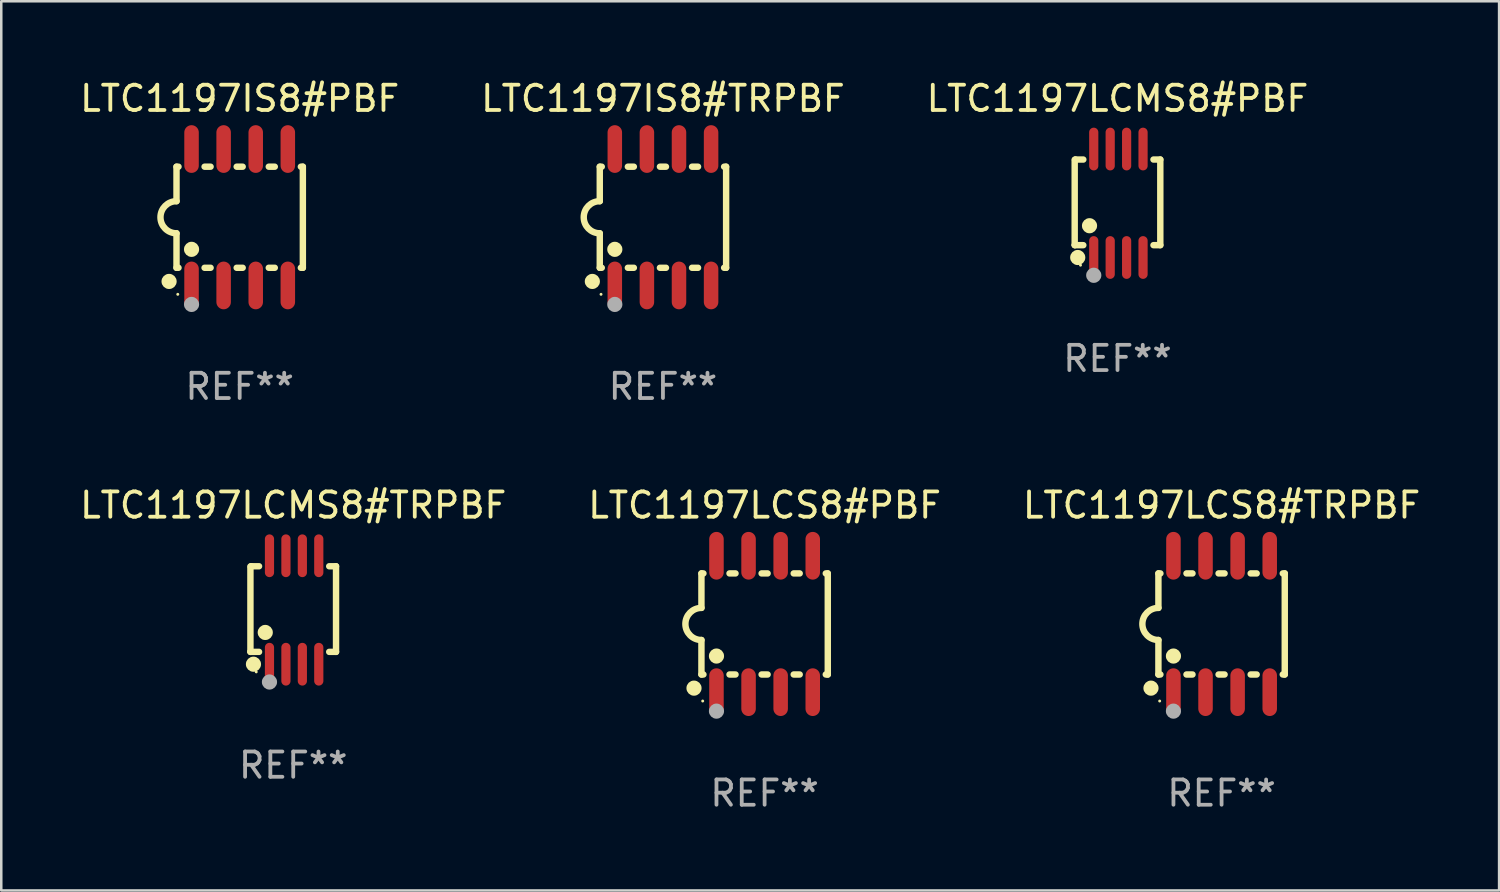
<source format=kicad_pcb>
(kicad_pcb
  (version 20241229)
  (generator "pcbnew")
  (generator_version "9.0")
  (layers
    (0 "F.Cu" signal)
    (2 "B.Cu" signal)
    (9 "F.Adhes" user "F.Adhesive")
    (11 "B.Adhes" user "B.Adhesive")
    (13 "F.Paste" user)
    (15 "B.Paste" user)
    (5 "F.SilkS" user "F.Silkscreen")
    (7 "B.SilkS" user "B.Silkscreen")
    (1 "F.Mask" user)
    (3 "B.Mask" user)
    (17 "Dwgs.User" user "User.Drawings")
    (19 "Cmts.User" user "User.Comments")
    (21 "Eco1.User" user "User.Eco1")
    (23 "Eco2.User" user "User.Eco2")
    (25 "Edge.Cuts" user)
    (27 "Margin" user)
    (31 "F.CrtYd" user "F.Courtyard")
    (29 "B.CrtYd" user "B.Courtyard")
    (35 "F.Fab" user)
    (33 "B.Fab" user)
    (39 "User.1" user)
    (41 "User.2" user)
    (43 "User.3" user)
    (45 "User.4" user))
  (footprint "LTC1197LCMS8#PBF"
    (layer "F.Cu")
    (at 41.173 4.994)
    (property "Reference" "LTC1197LCMS8#PBF" (at 0 -4.146 0) (layer "F.SilkS") (effects (font (size 1 1) (thickness 0.15))))
    (attr through_hole)
    (fp_line (start -1.694 -1.724) (end -1.694 1.652) (stroke (width 0.254) (type solid)) (layer "F.SilkS"))
    (fp_line (start -1.694 1.652) (end -1.688 1.658) (stroke (width 0.254) (type solid)) (layer "F.SilkS"))
    (fp_line (start -1.688 1.658) (end -1.353 1.658) (stroke (width 0.254) (type solid)) (layer "F.SilkS"))
    (fp_line (start -1.661 -1.73) (end -1.681 -1.71) (stroke (width 0.254) (type solid)) (layer "F.SilkS"))
    (fp_line (start -1.353 -1.73) (end -1.661 -1.73) (stroke (width 0.254) (type solid)) (layer "F.SilkS"))
    (fp_line (start 1.424 1.658) (end 1.694 1.658) (stroke (width 0.254) (type solid)) (layer "F.SilkS"))
    (fp_line (start 1.694 -1.73) (end 1.424 -1.73) (stroke (width 0.254) (type solid)) (layer "F.SilkS"))
    (fp_line (start 1.694 1.658) (end 1.694 -1.73) (stroke (width 0.254) (type solid)) (layer "F.SilkS"))
    (fp_circle (center -1.574 2.146) (end -1.424 2.146) (stroke (width 0.3) (type solid)) (fill no) (layer "F.SilkS"))
    (fp_circle (center -1.464 2.45) (end -1.434 2.45) (stroke (width 0.06) (type solid)) (fill no) (layer "F.SilkS"))
    (fp_circle (center -1.107 0.889) (end -0.957 0.889) (stroke (width 0.3) (type solid)) (fill no) (layer "F.SilkS"))
    (fp_circle (center -0.94 2.85) (end -0.789 2.85) (stroke (width 0.3) (type solid)) (fill no) (layer "F.Fab"))
    (fp_text user "REF**" (at 0 6.146 0) (layer "F.Fab") (effects (font (size 1 1) (thickness 0.15))))
    (pad "1" smd oval (at -0.94 2.146) (size 0.364 1.692) (layers "F.Cu" "F.Mask" "F.Paste"))
    (pad "2" smd oval (at -0.289 2.146) (size 0.364 1.692) (layers "F.Cu" "F.Mask" "F.Paste"))
    (pad "3" smd oval (at 0.361 2.146) (size 0.364 1.692) (layers "F.Cu" "F.Mask" "F.Paste"))
    (pad "4" smd oval (at 1.011 2.146) (size 0.364 1.692) (layers "F.Cu" "F.Mask" "F.Paste"))
    (pad "5" smd oval (at 1.011 -2.146) (size 0.364 1.692) (layers "F.Cu" "F.Mask" "F.Paste"))
    (pad "6" smd oval (at 0.361 -2.146) (size 0.364 1.692) (layers "F.Cu" "F.Mask" "F.Paste"))
    (pad "7" smd oval (at -0.289 -2.146) (size 0.364 1.692) (layers "F.Cu" "F.Mask" "F.Paste"))
    (pad "8" smd oval (at -0.94 -2.146) (size 0.364 1.692) (layers "F.Cu" "F.Mask" "F.Paste")))
  (footprint "LTC1197LCMS8#TRPBF"
    (layer "F.Cu")
    (at 8.554 21.089)
    (property "Reference" "LTC1197LCMS8#TRPBF" (at 0 -4.146 0) (layer "F.SilkS") (effects (font (size 1 1) (thickness 0.15))))
    (attr through_hole)
    (fp_line (start -1.694 -1.724) (end -1.694 1.652) (stroke (width 0.254) (type solid)) (layer "F.SilkS"))
    (fp_line (start -1.694 1.652) (end -1.688 1.658) (stroke (width 0.254) (type solid)) (layer "F.SilkS"))
    (fp_line (start -1.688 1.658) (end -1.353 1.658) (stroke (width 0.254) (type solid)) (layer "F.SilkS"))
    (fp_line (start -1.661 -1.73) (end -1.681 -1.71) (stroke (width 0.254) (type solid)) (layer "F.SilkS"))
    (fp_line (start -1.353 -1.73) (end -1.661 -1.73) (stroke (width 0.254) (type solid)) (layer "F.SilkS"))
    (fp_line (start 1.424 1.658) (end 1.694 1.658) (stroke (width 0.254) (type solid)) (layer "F.SilkS"))
    (fp_line (start 1.694 -1.73) (end 1.424 -1.73) (stroke (width 0.254) (type solid)) (layer "F.SilkS"))
    (fp_line (start 1.694 1.658) (end 1.694 -1.73) (stroke (width 0.254) (type solid)) (layer "F.SilkS"))
    (fp_circle (center -1.574 2.146) (end -1.424 2.146) (stroke (width 0.3) (type solid)) (fill no) (layer "F.SilkS"))
    (fp_circle (center -1.464 2.45) (end -1.434 2.45) (stroke (width 0.06) (type solid)) (fill no) (layer "F.SilkS"))
    (fp_circle (center -1.107 0.889) (end -0.957 0.889) (stroke (width 0.3) (type solid)) (fill no) (layer "F.SilkS"))
    (fp_circle (center -0.94 2.85) (end -0.789 2.85) (stroke (width 0.3) (type solid)) (fill no) (layer "F.Fab"))
    (fp_text user "REF**" (at 0 6.146 0) (layer "F.Fab") (effects (font (size 1 1) (thickness 0.15))))
    (pad "1" smd oval (at -0.94 2.146) (size 0.364 1.692) (layers "F.Cu" "F.Mask" "F.Paste"))
    (pad "2" smd oval (at -0.289 2.146) (size 0.364 1.692) (layers "F.Cu" "F.Mask" "F.Paste"))
    (pad "3" smd oval (at 0.361 2.146) (size 0.364 1.692) (layers "F.Cu" "F.Mask" "F.Paste"))
    (pad "4" smd oval (at 1.011 2.146) (size 0.364 1.692) (layers "F.Cu" "F.Mask" "F.Paste"))
    (pad "5" smd oval (at 1.011 -2.146) (size 0.364 1.692) (layers "F.Cu" "F.Mask" "F.Paste"))
    (pad "6" smd oval (at 0.361 -2.146) (size 0.364 1.692) (layers "F.Cu" "F.Mask" "F.Paste"))
    (pad "7" smd oval (at -0.289 -2.146) (size 0.364 1.692) (layers "F.Cu" "F.Mask" "F.Paste"))
    (pad "8" smd oval (at -0.94 -2.146) (size 0.364 1.692) (layers "F.Cu" "F.Mask" "F.Paste")))
  (footprint "LTC1197IS8#TRPBF"
    (layer "F.Cu")
    (at 23.185 5.547)
    (property "Reference" "LTC1197IS8#TRPBF" (at 0 -4.699 0) (layer "F.SilkS") (effects (font (size 1 1) (thickness 0.15))))
    (attr through_hole)
    (fp_line (start -2.5 -2) (end -2.5 -0.635) (stroke (width 0.254) (type solid)) (layer "F.SilkS"))
    (fp_line (start -2.5 -2) (end -2.421 -2) (stroke (width 0.254) (type solid)) (layer "F.SilkS"))
    (fp_line (start -2.5 2) (end -2.5 0.635) (stroke (width 0.254) (type solid)) (layer "F.SilkS"))
    (fp_line (start -2.5 2) (end -2.421 2) (stroke (width 0.254) (type solid)) (layer "F.SilkS"))
    (fp_line (start -1.389 -2) (end -1.151 -2) (stroke (width 0.254) (type solid)) (layer "F.SilkS"))
    (fp_line (start -1.389 2) (end -1.151 2) (stroke (width 0.254) (type solid)) (layer "F.SilkS"))
    (fp_line (start -0.119 -2) (end 0.119 -2) (stroke (width 0.254) (type solid)) (layer "F.SilkS"))
    (fp_line (start -0.119 2) (end 0.119 2) (stroke (width 0.254) (type solid)) (layer "F.SilkS"))
    (fp_line (start 1.151 -2) (end 1.389 -2) (stroke (width 0.254) (type solid)) (layer "F.SilkS"))
    (fp_line (start 1.151 2) (end 1.389 2) (stroke (width 0.254) (type solid)) (layer "F.SilkS"))
    (fp_line (start 2.421 -2) (end 2.5 -2) (stroke (width 0.254) (type solid)) (layer "F.SilkS"))
    (fp_line (start 2.421 2) (end 2.5 2) (stroke (width 0.254) (type solid)) (layer "F.SilkS"))
    (fp_line (start 2.5 -2) (end 2.5 2) (stroke (width 0.254) (type solid)) (layer "F.SilkS"))
    (fp_arc (start -2.5 0.635001) (mid -3.134366 -0.000318) (end -2.499365 -0.635001) (stroke (width 0.254001) (type solid)) (layer "F.SilkS"))
    (fp_circle (center -2.794 2.54) (end -2.644 2.54) (stroke (width 0.3) (type solid)) (fill no) (layer "F.SilkS"))
    (fp_circle (center -2.45 3.05) (end -2.42 3.05) (stroke (width 0.06) (type solid)) (fill no) (layer "F.SilkS"))
    (fp_circle (center -1.905 1.27) (end -1.755 1.27) (stroke (width 0.3) (type solid)) (fill no) (layer "F.SilkS"))
    (fp_circle (center -1.905 3.45) (end -1.755 3.45) (stroke (width 0.3) (type solid)) (fill no) (layer "F.Fab"))
    (fp_text user "REF**" (at 0 6.699 0) (layer "F.Fab") (effects (font (size 1 1) (thickness 0.15))))
    (pad "1" smd oval (at -1.905 2.699) (size 0.574 1.888) (layers "F.Cu" "F.Mask" "F.Paste"))
    (pad "2" smd oval (at -0.635 2.699) (size 0.574 1.888) (layers "F.Cu" "F.Mask" "F.Paste"))
    (pad "3" smd oval (at 0.635 2.699) (size 0.574 1.888) (layers "F.Cu" "F.Mask" "F.Paste"))
    (pad "4" smd oval (at 1.905 2.699) (size 0.574 1.888) (layers "F.Cu" "F.Mask" "F.Paste"))
    (pad "5" smd oval (at 1.905 -2.699) (size 0.574 1.888) (layers "F.Cu" "F.Mask" "F.Paste"))
    (pad "6" smd oval (at 0.635 -2.699) (size 0.574 1.888) (layers "F.Cu" "F.Mask" "F.Paste"))
    (pad "7" smd oval (at -0.635 -2.699) (size 0.574 1.888) (layers "F.Cu" "F.Mask" "F.Paste"))
    (pad "8" smd oval (at -1.905 -2.699) (size 0.574 1.888) (layers "F.Cu" "F.Mask" "F.Paste")))
  (footprint "LTC1197LCS8#PBF"
    (layer "F.Cu")
    (at 27.208 21.642)
    (property "Reference" "LTC1197LCS8#PBF" (at 0 -4.699 0) (layer "F.SilkS") (effects (font (size 1 1) (thickness 0.15))))
    (attr through_hole)
    (fp_line (start -2.5 -2) (end -2.5 -0.635) (stroke (width 0.254) (type solid)) (layer "F.SilkS"))
    (fp_line (start -2.5 -2) (end -2.421 -2) (stroke (width 0.254) (type solid)) (layer "F.SilkS"))
    (fp_line (start -2.5 2) (end -2.5 0.635) (stroke (width 0.254) (type solid)) (layer "F.SilkS"))
    (fp_line (start -2.5 2) (end -2.421 2) (stroke (width 0.254) (type solid)) (layer "F.SilkS"))
    (fp_line (start -1.389 -2) (end -1.151 -2) (stroke (width 0.254) (type solid)) (layer "F.SilkS"))
    (fp_line (start -1.389 2) (end -1.151 2) (stroke (width 0.254) (type solid)) (layer "F.SilkS"))
    (fp_line (start -0.119 -2) (end 0.119 -2) (stroke (width 0.254) (type solid)) (layer "F.SilkS"))
    (fp_line (start -0.119 2) (end 0.119 2) (stroke (width 0.254) (type solid)) (layer "F.SilkS"))
    (fp_line (start 1.151 -2) (end 1.389 -2) (stroke (width 0.254) (type solid)) (layer "F.SilkS"))
    (fp_line (start 1.151 2) (end 1.389 2) (stroke (width 0.254) (type solid)) (layer "F.SilkS"))
    (fp_line (start 2.421 -2) (end 2.5 -2) (stroke (width 0.254) (type solid)) (layer "F.SilkS"))
    (fp_line (start 2.421 2) (end 2.5 2) (stroke (width 0.254) (type solid)) (layer "F.SilkS"))
    (fp_line (start 2.5 -2) (end 2.5 2) (stroke (width 0.254) (type solid)) (layer "F.SilkS"))
    (fp_arc (start -2.5 0.635001) (mid -3.134366 -0.000318) (end -2.499365 -0.635001) (stroke (width 0.254001) (type solid)) (layer "F.SilkS"))
    (fp_circle (center -2.794 2.54) (end -2.644 2.54) (stroke (width 0.3) (type solid)) (fill no) (layer "F.SilkS"))
    (fp_circle (center -2.45 3.05) (end -2.42 3.05) (stroke (width 0.06) (type solid)) (fill no) (layer "F.SilkS"))
    (fp_circle (center -1.905 1.27) (end -1.755 1.27) (stroke (width 0.3) (type solid)) (fill no) (layer "F.SilkS"))
    (fp_circle (center -1.905 3.45) (end -1.755 3.45) (stroke (width 0.3) (type solid)) (fill no) (layer "F.Fab"))
    (fp_text user "REF**" (at 0 6.699 0) (layer "F.Fab") (effects (font (size 1 1) (thickness 0.15))))
    (pad "1" smd oval (at -1.905 2.699) (size 0.574 1.888) (layers "F.Cu" "F.Mask" "F.Paste"))
    (pad "2" smd oval (at -0.635 2.699) (size 0.574 1.888) (layers "F.Cu" "F.Mask" "F.Paste"))
    (pad "3" smd oval (at 0.635 2.699) (size 0.574 1.888) (layers "F.Cu" "F.Mask" "F.Paste"))
    (pad "4" smd oval (at 1.905 2.699) (size 0.574 1.888) (layers "F.Cu" "F.Mask" "F.Paste"))
    (pad "5" smd oval (at 1.905 -2.699) (size 0.574 1.888) (layers "F.Cu" "F.Mask" "F.Paste"))
    (pad "6" smd oval (at 0.635 -2.699) (size 0.574 1.888) (layers "F.Cu" "F.Mask" "F.Paste"))
    (pad "7" smd oval (at -0.635 -2.699) (size 0.574 1.888) (layers "F.Cu" "F.Mask" "F.Paste"))
    (pad "8" smd oval (at -1.905 -2.699) (size 0.574 1.888) (layers "F.Cu" "F.Mask" "F.Paste")))
  (footprint "LTC1197IS8#PBF"
    (layer "F.Cu")
    (at 6.435 5.547)
    (property "Reference" "LTC1197IS8#PBF" (at 0 -4.699 0) (layer "F.SilkS") (effects (font (size 1 1) (thickness 0.15))))
    (attr through_hole)
    (fp_line (start -2.5 -2) (end -2.5 -0.635) (stroke (width 0.254) (type solid)) (layer "F.SilkS"))
    (fp_line (start -2.5 -2) (end -2.421 -2) (stroke (width 0.254) (type solid)) (layer "F.SilkS"))
    (fp_line (start -2.5 2) (end -2.5 0.635) (stroke (width 0.254) (type solid)) (layer "F.SilkS"))
    (fp_line (start -2.5 2) (end -2.421 2) (stroke (width 0.254) (type solid)) (layer "F.SilkS"))
    (fp_line (start -1.389 -2) (end -1.151 -2) (stroke (width 0.254) (type solid)) (layer "F.SilkS"))
    (fp_line (start -1.389 2) (end -1.151 2) (stroke (width 0.254) (type solid)) (layer "F.SilkS"))
    (fp_line (start -0.119 -2) (end 0.119 -2) (stroke (width 0.254) (type solid)) (layer "F.SilkS"))
    (fp_line (start -0.119 2) (end 0.119 2) (stroke (width 0.254) (type solid)) (layer "F.SilkS"))
    (fp_line (start 1.151 -2) (end 1.389 -2) (stroke (width 0.254) (type solid)) (layer "F.SilkS"))
    (fp_line (start 1.151 2) (end 1.389 2) (stroke (width 0.254) (type solid)) (layer "F.SilkS"))
    (fp_line (start 2.421 -2) (end 2.5 -2) (stroke (width 0.254) (type solid)) (layer "F.SilkS"))
    (fp_line (start 2.421 2) (end 2.5 2) (stroke (width 0.254) (type solid)) (layer "F.SilkS"))
    (fp_line (start 2.5 -2) (end 2.5 2) (stroke (width 0.254) (type solid)) (layer "F.SilkS"))
    (fp_arc (start -2.5 0.635001) (mid -3.134366 -0.000318) (end -2.499365 -0.635001) (stroke (width 0.254001) (type solid)) (layer "F.SilkS"))
    (fp_circle (center -2.794 2.54) (end -2.644 2.54) (stroke (width 0.3) (type solid)) (fill no) (layer "F.SilkS"))
    (fp_circle (center -2.45 3.05) (end -2.42 3.05) (stroke (width 0.06) (type solid)) (fill no) (layer "F.SilkS"))
    (fp_circle (center -1.905 1.27) (end -1.755 1.27) (stroke (width 0.3) (type solid)) (fill no) (layer "F.SilkS"))
    (fp_circle (center -1.905 3.45) (end -1.755 3.45) (stroke (width 0.3) (type solid)) (fill no) (layer "F.Fab"))
    (fp_text user "REF**" (at 0 6.699 0) (layer "F.Fab") (effects (font (size 1 1) (thickness 0.15))))
    (pad "1" smd oval (at -1.905 2.699) (size 0.574 1.888) (layers "F.Cu" "F.Mask" "F.Paste"))
    (pad "2" smd oval (at -0.635 2.699) (size 0.574 1.888) (layers "F.Cu" "F.Mask" "F.Paste"))
    (pad "3" smd oval (at 0.635 2.699) (size 0.574 1.888) (layers "F.Cu" "F.Mask" "F.Paste"))
    (pad "4" smd oval (at 1.905 2.699) (size 0.574 1.888) (layers "F.Cu" "F.Mask" "F.Paste"))
    (pad "5" smd oval (at 1.905 -2.699) (size 0.574 1.888) (layers "F.Cu" "F.Mask" "F.Paste"))
    (pad "6" smd oval (at 0.635 -2.699) (size 0.574 1.888) (layers "F.Cu" "F.Mask" "F.Paste"))
    (pad "7" smd oval (at -0.635 -2.699) (size 0.574 1.888) (layers "F.Cu" "F.Mask" "F.Paste"))
    (pad "8" smd oval (at -1.905 -2.699) (size 0.574 1.888) (layers "F.Cu" "F.Mask" "F.Paste")))
  (footprint "LTC1197LCS8#TRPBF"
    (layer "F.Cu")
    (at 45.292 21.642)
    (property "Reference" "LTC1197LCS8#TRPBF" (at 0 -4.699 0) (layer "F.SilkS") (effects (font (size 1 1) (thickness 0.15))))
    (attr through_hole)
    (fp_line (start -2.5 -2) (end -2.5 -0.635) (stroke (width 0.254) (type solid)) (layer "F.SilkS"))
    (fp_line (start -2.5 -2) (end -2.421 -2) (stroke (width 0.254) (type solid)) (layer "F.SilkS"))
    (fp_line (start -2.5 2) (end -2.5 0.635) (stroke (width 0.254) (type solid)) (layer "F.SilkS"))
    (fp_line (start -2.5 2) (end -2.421 2) (stroke (width 0.254) (type solid)) (layer "F.SilkS"))
    (fp_line (start -1.389 -2) (end -1.151 -2) (stroke (width 0.254) (type solid)) (layer "F.SilkS"))
    (fp_line (start -1.389 2) (end -1.151 2) (stroke (width 0.254) (type solid)) (layer "F.SilkS"))
    (fp_line (start -0.119 -2) (end 0.119 -2) (stroke (width 0.254) (type solid)) (layer "F.SilkS"))
    (fp_line (start -0.119 2) (end 0.119 2) (stroke (width 0.254) (type solid)) (layer "F.SilkS"))
    (fp_line (start 1.151 -2) (end 1.389 -2) (stroke (width 0.254) (type solid)) (layer "F.SilkS"))
    (fp_line (start 1.151 2) (end 1.389 2) (stroke (width 0.254) (type solid)) (layer "F.SilkS"))
    (fp_line (start 2.421 -2) (end 2.5 -2) (stroke (width 0.254) (type solid)) (layer "F.SilkS"))
    (fp_line (start 2.421 2) (end 2.5 2) (stroke (width 0.254) (type solid)) (layer "F.SilkS"))
    (fp_line (start 2.5 -2) (end 2.5 2) (stroke (width 0.254) (type solid)) (layer "F.SilkS"))
    (fp_arc (start -2.5 0.635001) (mid -3.134366 -0.000318) (end -2.499365 -0.635001) (stroke (width 0.254001) (type solid)) (layer "F.SilkS"))
    (fp_circle (center -2.794 2.54) (end -2.644 2.54) (stroke (width 0.3) (type solid)) (fill no) (layer "F.SilkS"))
    (fp_circle (center -2.45 3.05) (end -2.42 3.05) (stroke (width 0.06) (type solid)) (fill no) (layer "F.SilkS"))
    (fp_circle (center -1.905 1.27) (end -1.755 1.27) (stroke (width 0.3) (type solid)) (fill no) (layer "F.SilkS"))
    (fp_circle (center -1.905 3.45) (end -1.755 3.45) (stroke (width 0.3) (type solid)) (fill no) (layer "F.Fab"))
    (fp_text user "REF**" (at 0 6.699 0) (layer "F.Fab") (effects (font (size 1 1) (thickness 0.15))))
    (pad "1" smd oval (at -1.905 2.699) (size 0.574 1.888) (layers "F.Cu" "F.Mask" "F.Paste"))
    (pad "2" smd oval (at -0.635 2.699) (size 0.574 1.888) (layers "F.Cu" "F.Mask" "F.Paste"))
    (pad "3" smd oval (at 0.635 2.699) (size 0.574 1.888) (layers "F.Cu" "F.Mask" "F.Paste"))
    (pad "4" smd oval (at 1.905 2.699) (size 0.574 1.888) (layers "F.Cu" "F.Mask" "F.Paste"))
    (pad "5" smd oval (at 1.905 -2.699) (size 0.574 1.888) (layers "F.Cu" "F.Mask" "F.Paste"))
    (pad "6" smd oval (at 0.635 -2.699) (size 0.574 1.888) (layers "F.Cu" "F.Mask" "F.Paste"))
    (pad "7" smd oval (at -0.635 -2.699) (size 0.574 1.888) (layers "F.Cu" "F.Mask" "F.Paste"))
    (pad "8" smd oval (at -1.905 -2.699) (size 0.574 1.888) (layers "F.Cu" "F.Mask" "F.Paste")))
  (gr_rect
    (start -3 -3)
    (end 56.274 32.189)
    (stroke (width 0.1) (type default))
    (fill no)
    (layer "Edge.Cuts")))
</source>
